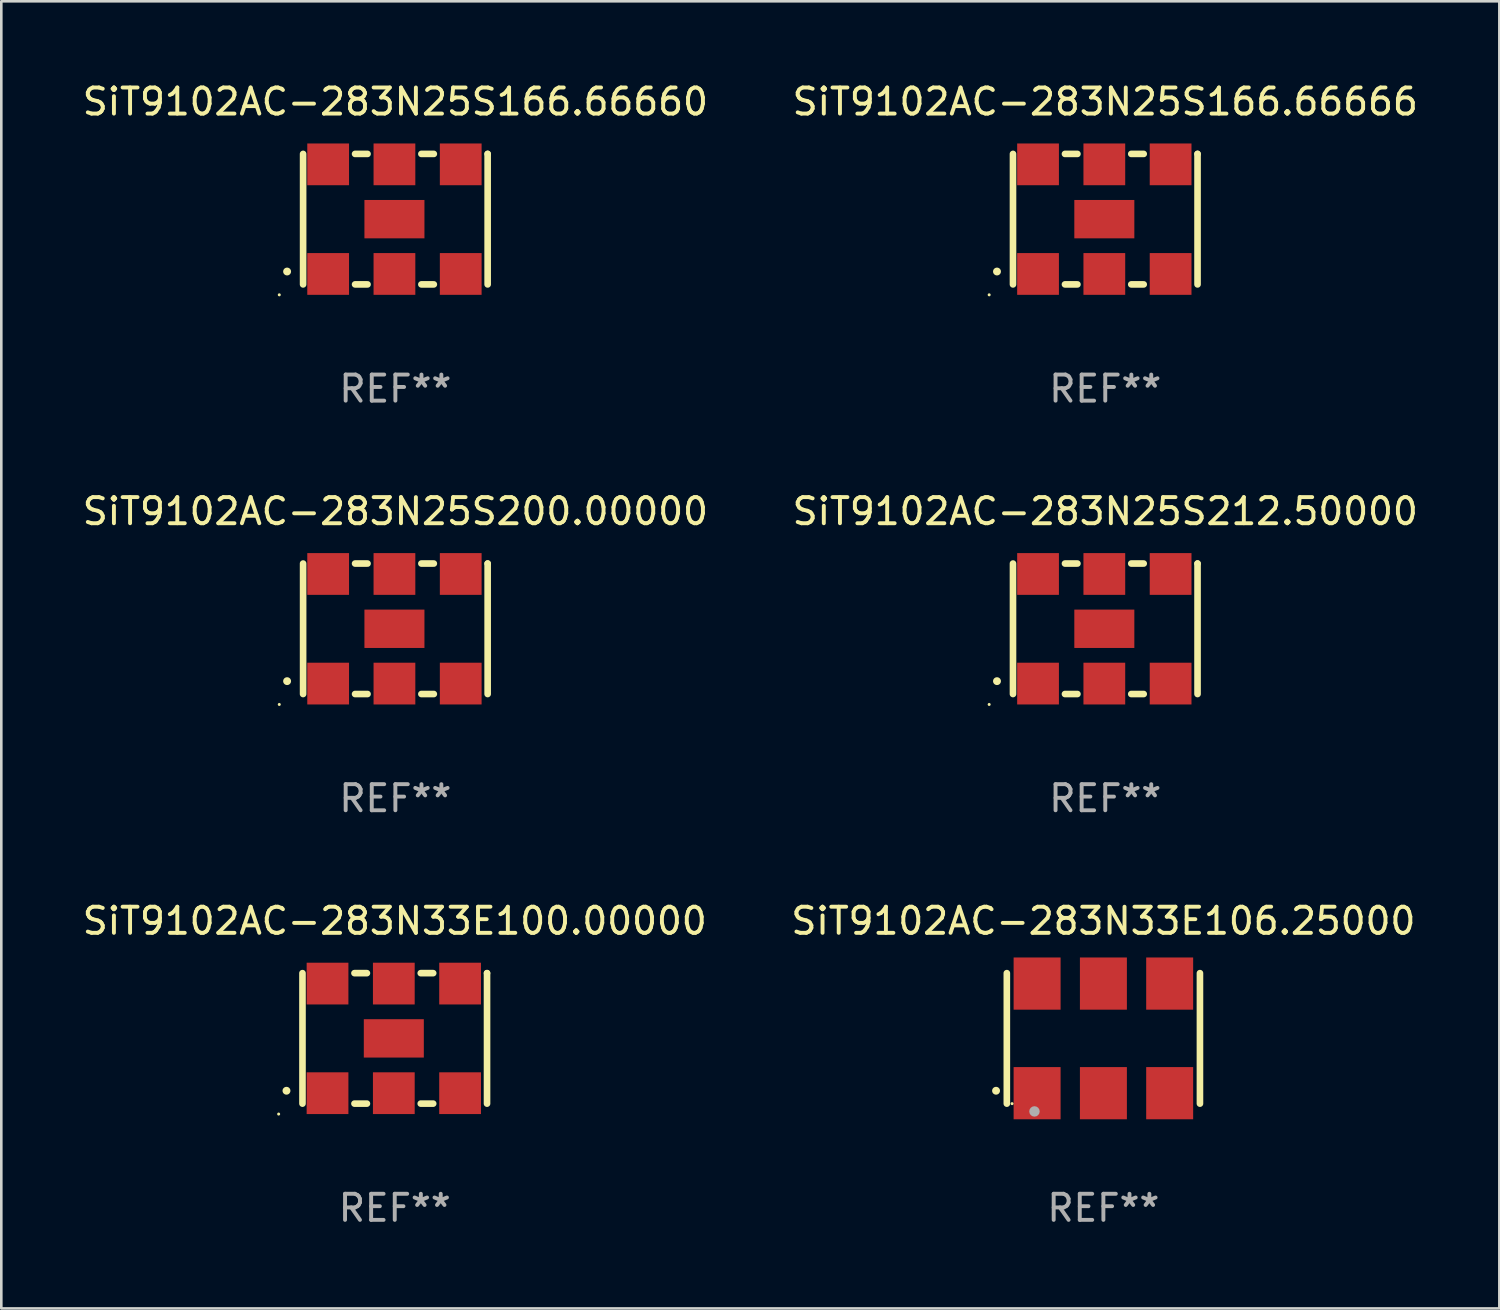
<source format=kicad_pcb>
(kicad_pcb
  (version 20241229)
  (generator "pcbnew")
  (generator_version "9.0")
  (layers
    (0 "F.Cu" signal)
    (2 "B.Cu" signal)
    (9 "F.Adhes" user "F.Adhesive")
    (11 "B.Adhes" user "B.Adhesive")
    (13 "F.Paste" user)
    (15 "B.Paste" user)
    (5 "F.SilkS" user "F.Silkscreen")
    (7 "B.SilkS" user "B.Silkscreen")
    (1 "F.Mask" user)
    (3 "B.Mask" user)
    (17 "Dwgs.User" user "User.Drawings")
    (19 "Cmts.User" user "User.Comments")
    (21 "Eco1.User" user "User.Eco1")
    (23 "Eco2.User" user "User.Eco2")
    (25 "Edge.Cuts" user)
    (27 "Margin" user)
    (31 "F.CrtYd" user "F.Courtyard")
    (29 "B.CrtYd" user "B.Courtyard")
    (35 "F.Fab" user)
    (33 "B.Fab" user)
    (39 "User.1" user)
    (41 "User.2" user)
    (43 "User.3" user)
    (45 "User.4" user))
  (footprint "SiT9102AC-283N25S166.66660"
    (layer "F.Cu")
    (at 12.101 5.348)
    (property "Reference" "SiT9102AC-283N25S166.66660" (at 0 -4.5 0) (layer "F.SilkS") (effects (font (size 1 1) (thickness 0.15))))
    (attr through_hole)
    (fp_line (start -3.536 -2.5) (end -3.536 2.5) (stroke (width 0.254) (type solid)) (layer "F.SilkS"))
    (fp_line (start -1.544 2.5) (end -1.067 2.5) (stroke (width 0.254) (type solid)) (layer "F.SilkS"))
    (fp_line (start -1.067 -2.5) (end -1.544 -2.5) (stroke (width 0.254) (type solid)) (layer "F.SilkS"))
    (fp_line (start 0.996 2.5) (end 1.473 2.5) (stroke (width 0.254) (type solid)) (layer "F.SilkS"))
    (fp_line (start 1.473 -2.5) (end 0.996 -2.5) (stroke (width 0.254) (type solid)) (layer "F.SilkS"))
    (fp_line (start 3.536 -2.5) (end 3.536 -2.5) (stroke (width 0.254) (type solid)) (layer "F.SilkS"))
    (fp_line (start 3.536 2.5) (end 3.536 -2.5) (stroke (width 0.254) (type solid)) (layer "F.SilkS"))
    (fp_arc (start -4.150432 2.006604) (mid -4.149162 2.006599) (end -4.147892 2.006604) (stroke (width 0.3) (type solid)) (layer "F.SilkS"))
    (fp_circle (center -4.449 2.9) (end -4.419 2.9) (stroke (width 0.06) (type solid)) (fill no) (layer "F.SilkS"))
    (fp_text user "REF**" (at 0 6.5 0) (layer "F.Fab") (effects (font (size 1 1) (thickness 0.15))))
    (pad "1" smd rect (at -2.576 2.1) (size 1.6 1.6) (layers "F.Cu" "F.Mask" "F.Paste"))
    (pad "2" smd rect (at -0.036 2.1) (size 1.6 1.6) (layers "F.Cu" "F.Mask" "F.Paste"))
    (pad "3" smd rect (at 2.504 2.1) (size 1.6 1.6) (layers "F.Cu" "F.Mask" "F.Paste"))
    (pad "4" smd rect (at 2.504 -2.1) (size 1.6 1.6) (layers "F.Cu" "F.Mask" "F.Paste"))
    (pad "5" smd rect (at -0.036 -2.1) (size 1.6 1.6) (layers "F.Cu" "F.Mask" "F.Paste"))
    (pad "6" smd rect (at -2.576 -2.1) (size 1.6 1.6) (layers "F.Cu" "F.Mask" "F.Paste"))
    (pad "7" smd rect (at -0.036 0) (size 2.3 1.47) (layers "F.Cu" "F.Mask" "F.Paste")))
  (footprint "SiT9102AC-283N25S212.50000"
    (layer "F.Cu")
    (at 39.304 21.045)
    (property "Reference" "SiT9102AC-283N25S212.50000" (at 0 -4.5 0) (layer "F.SilkS") (effects (font (size 1 1) (thickness 0.15))))
    (attr through_hole)
    (fp_line (start -3.536 -2.5) (end -3.536 2.5) (stroke (width 0.254) (type solid)) (layer "F.SilkS"))
    (fp_line (start -1.544 2.5) (end -1.067 2.5) (stroke (width 0.254) (type solid)) (layer "F.SilkS"))
    (fp_line (start -1.067 -2.5) (end -1.544 -2.5) (stroke (width 0.254) (type solid)) (layer "F.SilkS"))
    (fp_line (start 0.996 2.5) (end 1.473 2.5) (stroke (width 0.254) (type solid)) (layer "F.SilkS"))
    (fp_line (start 1.473 -2.5) (end 0.996 -2.5) (stroke (width 0.254) (type solid)) (layer "F.SilkS"))
    (fp_line (start 3.536 -2.5) (end 3.536 -2.5) (stroke (width 0.254) (type solid)) (layer "F.SilkS"))
    (fp_line (start 3.536 2.5) (end 3.536 -2.5) (stroke (width 0.254) (type solid)) (layer "F.SilkS"))
    (fp_arc (start -4.150432 2.006604) (mid -4.149162 2.006599) (end -4.147892 2.006604) (stroke (width 0.3) (type solid)) (layer "F.SilkS"))
    (fp_circle (center -4.449 2.9) (end -4.419 2.9) (stroke (width 0.06) (type solid)) (fill no) (layer "F.SilkS"))
    (fp_text user "REF**" (at 0 6.5 0) (layer "F.Fab") (effects (font (size 1 1) (thickness 0.15))))
    (pad "1" smd rect (at -2.576 2.1) (size 1.6 1.6) (layers "F.Cu" "F.Mask" "F.Paste"))
    (pad "2" smd rect (at -0.036 2.1) (size 1.6 1.6) (layers "F.Cu" "F.Mask" "F.Paste"))
    (pad "3" smd rect (at 2.504 2.1) (size 1.6 1.6) (layers "F.Cu" "F.Mask" "F.Paste"))
    (pad "4" smd rect (at 2.504 -2.1) (size 1.6 1.6) (layers "F.Cu" "F.Mask" "F.Paste"))
    (pad "5" smd rect (at -0.036 -2.1) (size 1.6 1.6) (layers "F.Cu" "F.Mask" "F.Paste"))
    (pad "6" smd rect (at -2.576 -2.1) (size 1.6 1.6) (layers "F.Cu" "F.Mask" "F.Paste"))
    (pad "7" smd rect (at -0.036 0) (size 2.3 1.47) (layers "F.Cu" "F.Mask" "F.Paste")))
  (footprint "SiT9102AC-283N33E100.00000"
    (layer "F.Cu")
    (at 12.077 36.741)
    (property "Reference" "SiT9102AC-283N33E100.00000" (at 0 -4.5 0) (layer "F.SilkS") (effects (font (size 1 1) (thickness 0.15))))
    (attr through_hole)
    (fp_line (start -3.536 -2.5) (end -3.536 2.5) (stroke (width 0.254) (type solid)) (layer "F.SilkS"))
    (fp_line (start -1.544 2.5) (end -1.067 2.5) (stroke (width 0.254) (type solid)) (layer "F.SilkS"))
    (fp_line (start -1.067 -2.5) (end -1.544 -2.5) (stroke (width 0.254) (type solid)) (layer "F.SilkS"))
    (fp_line (start 0.996 2.5) (end 1.473 2.5) (stroke (width 0.254) (type solid)) (layer "F.SilkS"))
    (fp_line (start 1.473 -2.5) (end 0.996 -2.5) (stroke (width 0.254) (type solid)) (layer "F.SilkS"))
    (fp_line (start 3.536 -2.5) (end 3.536 -2.5) (stroke (width 0.254) (type solid)) (layer "F.SilkS"))
    (fp_line (start 3.536 2.5) (end 3.536 -2.5) (stroke (width 0.254) (type solid)) (layer "F.SilkS"))
    (fp_arc (start -4.150432 2.006604) (mid -4.149162 2.006599) (end -4.147892 2.006604) (stroke (width 0.3) (type solid)) (layer "F.SilkS"))
    (fp_circle (center -4.449 2.9) (end -4.419 2.9) (stroke (width 0.06) (type solid)) (fill no) (layer "F.SilkS"))
    (fp_text user "REF**" (at 0 6.5 0) (layer "F.Fab") (effects (font (size 1 1) (thickness 0.15))))
    (pad "1" smd rect (at -2.576 2.1) (size 1.6 1.6) (layers "F.Cu" "F.Mask" "F.Paste"))
    (pad "2" smd rect (at -0.036 2.1) (size 1.6 1.6) (layers "F.Cu" "F.Mask" "F.Paste"))
    (pad "3" smd rect (at 2.504 2.1) (size 1.6 1.6) (layers "F.Cu" "F.Mask" "F.Paste"))
    (pad "4" smd rect (at 2.504 -2.1) (size 1.6 1.6) (layers "F.Cu" "F.Mask" "F.Paste"))
    (pad "5" smd rect (at -0.036 -2.1) (size 1.6 1.6) (layers "F.Cu" "F.Mask" "F.Paste"))
    (pad "6" smd rect (at -2.576 -2.1) (size 1.6 1.6) (layers "F.Cu" "F.Mask" "F.Paste"))
    (pad "7" smd rect (at -0.036 0) (size 2.3 1.47) (layers "F.Cu" "F.Mask" "F.Paste")))
  (footprint "SiT9102AC-283N33E106.25000"
    (layer "F.Cu")
    (at 39.232 36.741)
    (property "Reference" "SiT9102AC-283N33E106.25000" (at 0 -4.5 0) (layer "F.SilkS") (effects (font (size 1 1) (thickness 0.15))))
    (attr through_hole)
    (fp_line (start -3.7 -2.5) (end -3.7 2.5) (stroke (width 0.254) (type solid)) (layer "F.SilkS"))
    (fp_line (start 3.7 -2.5) (end 3.7 2.5) (stroke (width 0.254) (type solid)) (layer "F.SilkS"))
    (fp_arc (start -4.114415 2.006604) (mid -4.113145 2.006599) (end -4.111875 2.006604) (stroke (width 0.3) (type solid)) (layer "F.SilkS"))
    (fp_circle (center -3.5 2.501) (end -3.47 2.501) (stroke (width 0.06) (type solid)) (fill no) (layer "F.SilkS"))
    (fp_circle (center -2.641 2.799) (end -2.541 2.799) (stroke (width 0.2) (type solid)) (fill no) (layer "F.Fab"))
    (fp_text user "REF**" (at 0 6.5 0) (layer "F.Fab") (effects (font (size 1 1) (thickness 0.15))))
    (pad "1" smd rect (at -2.54 2.1) (size 1.8 2) (layers "F.Cu" "F.Mask" "F.Paste"))
    (pad "2" smd rect (at 0.000394 2.1) (size 1.8 2) (layers "F.Cu" "F.Mask" "F.Paste"))
    (pad "3" smd rect (at 2.54 2.1) (size 1.8 2) (layers "F.Cu" "F.Mask" "F.Paste"))
    (pad "4" smd rect (at 2.54 -2.1) (size 1.8 2) (layers "F.Cu" "F.Mask" "F.Paste"))
    (pad "5" smd rect (at 0.000394 -2.1) (size 1.8 2) (layers "F.Cu" "F.Mask" "F.Paste"))
    (pad "6" smd rect (at -2.54 -2.1) (size 1.8 2) (layers "F.Cu" "F.Mask" "F.Paste")))
  (footprint "SiT9102AC-283N25S166.66666"
    (layer "F.Cu")
    (at 39.304 5.348)
    (property "Reference" "SiT9102AC-283N25S166.66666" (at 0 -4.5 0) (layer "F.SilkS") (effects (font (size 1 1) (thickness 0.15))))
    (attr through_hole)
    (fp_line (start -3.536 -2.5) (end -3.536 2.5) (stroke (width 0.254) (type solid)) (layer "F.SilkS"))
    (fp_line (start -1.544 2.5) (end -1.067 2.5) (stroke (width 0.254) (type solid)) (layer "F.SilkS"))
    (fp_line (start -1.067 -2.5) (end -1.544 -2.5) (stroke (width 0.254) (type solid)) (layer "F.SilkS"))
    (fp_line (start 0.996 2.5) (end 1.473 2.5) (stroke (width 0.254) (type solid)) (layer "F.SilkS"))
    (fp_line (start 1.473 -2.5) (end 0.996 -2.5) (stroke (width 0.254) (type solid)) (layer "F.SilkS"))
    (fp_line (start 3.536 -2.5) (end 3.536 -2.5) (stroke (width 0.254) (type solid)) (layer "F.SilkS"))
    (fp_line (start 3.536 2.5) (end 3.536 -2.5) (stroke (width 0.254) (type solid)) (layer "F.SilkS"))
    (fp_arc (start -4.150432 2.006604) (mid -4.149162 2.006599) (end -4.147892 2.006604) (stroke (width 0.3) (type solid)) (layer "F.SilkS"))
    (fp_circle (center -4.449 2.9) (end -4.419 2.9) (stroke (width 0.06) (type solid)) (fill no) (layer "F.SilkS"))
    (fp_text user "REF**" (at 0 6.5 0) (layer "F.Fab") (effects (font (size 1 1) (thickness 0.15))))
    (pad "1" smd rect (at -2.576 2.1) (size 1.6 1.6) (layers "F.Cu" "F.Mask" "F.Paste"))
    (pad "2" smd rect (at -0.036 2.1) (size 1.6 1.6) (layers "F.Cu" "F.Mask" "F.Paste"))
    (pad "3" smd rect (at 2.504 2.1) (size 1.6 1.6) (layers "F.Cu" "F.Mask" "F.Paste"))
    (pad "4" smd rect (at 2.504 -2.1) (size 1.6 1.6) (layers "F.Cu" "F.Mask" "F.Paste"))
    (pad "5" smd rect (at -0.036 -2.1) (size 1.6 1.6) (layers "F.Cu" "F.Mask" "F.Paste"))
    (pad "6" smd rect (at -2.576 -2.1) (size 1.6 1.6) (layers "F.Cu" "F.Mask" "F.Paste"))
    (pad "7" smd rect (at -0.036 0) (size 2.3 1.47) (layers "F.Cu" "F.Mask" "F.Paste")))
  (footprint "SiT9102AC-283N25S200.00000"
    (layer "F.Cu")
    (at 12.101 21.045)
    (property "Reference" "SiT9102AC-283N25S200.00000" (at 0 -4.5 0) (layer "F.SilkS") (effects (font (size 1 1) (thickness 0.15))))
    (attr through_hole)
    (fp_line (start -3.536 -2.5) (end -3.536 2.5) (stroke (width 0.254) (type solid)) (layer "F.SilkS"))
    (fp_line (start -1.544 2.5) (end -1.067 2.5) (stroke (width 0.254) (type solid)) (layer "F.SilkS"))
    (fp_line (start -1.067 -2.5) (end -1.544 -2.5) (stroke (width 0.254) (type solid)) (layer "F.SilkS"))
    (fp_line (start 0.996 2.5) (end 1.473 2.5) (stroke (width 0.254) (type solid)) (layer "F.SilkS"))
    (fp_line (start 1.473 -2.5) (end 0.996 -2.5) (stroke (width 0.254) (type solid)) (layer "F.SilkS"))
    (fp_line (start 3.536 -2.5) (end 3.536 -2.5) (stroke (width 0.254) (type solid)) (layer "F.SilkS"))
    (fp_line (start 3.536 2.5) (end 3.536 -2.5) (stroke (width 0.254) (type solid)) (layer "F.SilkS"))
    (fp_arc (start -4.150432 2.006604) (mid -4.149162 2.006599) (end -4.147892 2.006604) (stroke (width 0.3) (type solid)) (layer "F.SilkS"))
    (fp_circle (center -4.449 2.9) (end -4.419 2.9) (stroke (width 0.06) (type solid)) (fill no) (layer "F.SilkS"))
    (fp_text user "REF**" (at 0 6.5 0) (layer "F.Fab") (effects (font (size 1 1) (thickness 0.15))))
    (pad "1" smd rect (at -2.576 2.1) (size 1.6 1.6) (layers "F.Cu" "F.Mask" "F.Paste"))
    (pad "2" smd rect (at -0.036 2.1) (size 1.6 1.6) (layers "F.Cu" "F.Mask" "F.Paste"))
    (pad "3" smd rect (at 2.504 2.1) (size 1.6 1.6) (layers "F.Cu" "F.Mask" "F.Paste"))
    (pad "4" smd rect (at 2.504 -2.1) (size 1.6 1.6) (layers "F.Cu" "F.Mask" "F.Paste"))
    (pad "5" smd rect (at -0.036 -2.1) (size 1.6 1.6) (layers "F.Cu" "F.Mask" "F.Paste"))
    (pad "6" smd rect (at -2.576 -2.1) (size 1.6 1.6) (layers "F.Cu" "F.Mask" "F.Paste"))
    (pad "7" smd rect (at -0.036 0) (size 2.3 1.47) (layers "F.Cu" "F.Mask" "F.Paste")))
  (gr_rect
    (start -3 -3)
    (end 54.405 47.09)
    (stroke (width 0.1) (type default))
    (fill no)
    (layer "Edge.Cuts")))
</source>
